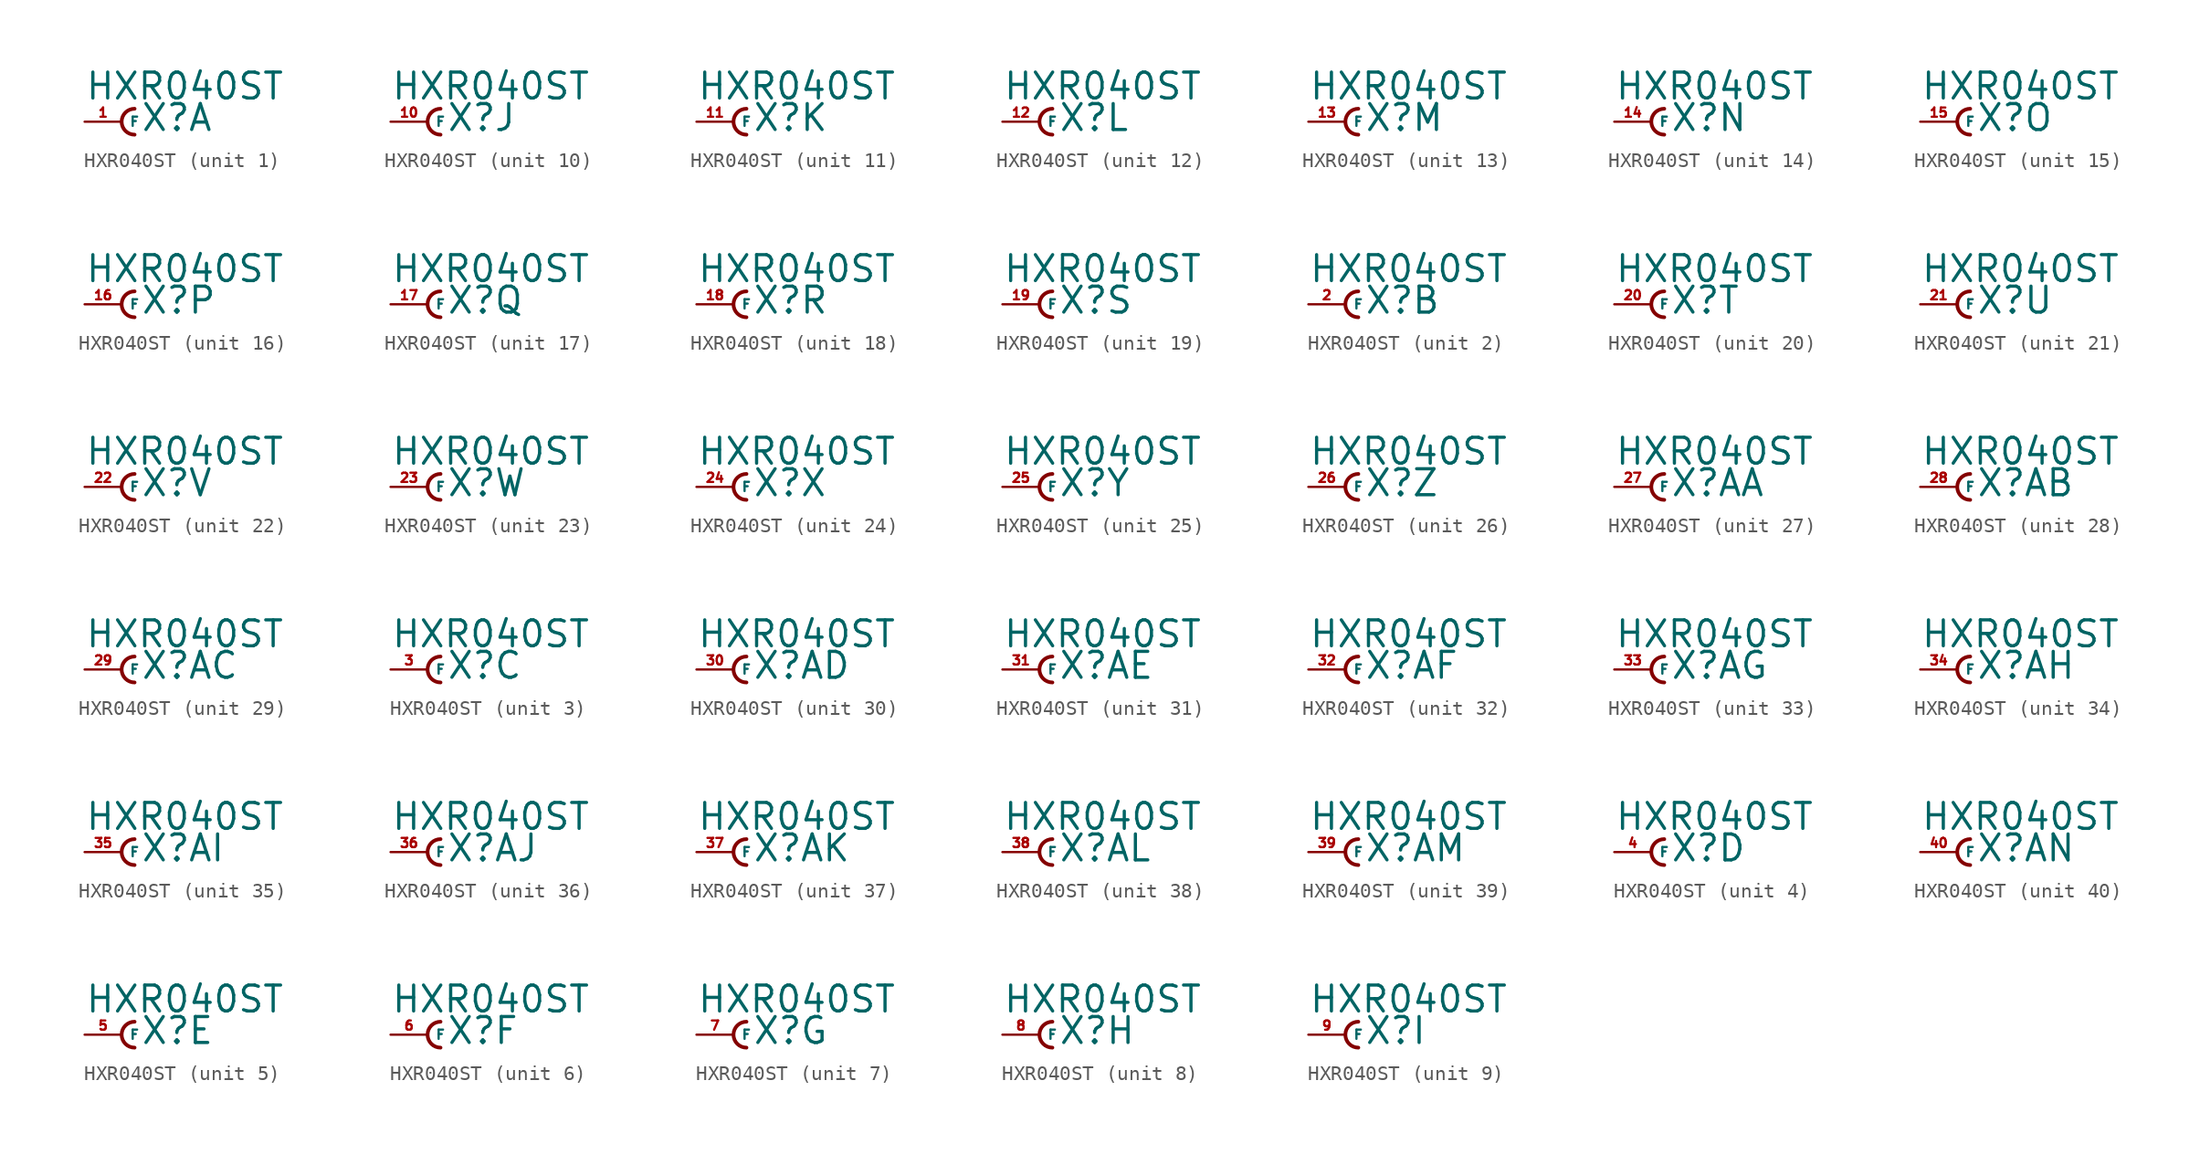
<source format=kicad_sym>
(kicad_symbol_lib
  (version 20220914)
  (generator Eagle2Kicad)
  (symbol "HXR040ST"
    (property "Reference" "X"
      (at 1.27 -0.762 0)
      (effects (font (size 1.778 1.778) (thickness 0.22)) (justify left bottom)))
    (property "Value" "HXR040ST"
      (at -2.54 1.397 0)
      (effects (font (size 1.778 1.778) (thickness 0.22)) (justify left bottom)))
    (symbol "HXR040ST_1_0"
      (arc (start 0.889 0.889) (mid 0.000 0.000) (end 0.889 -0.889) (stroke (width 0.254) (type default)) (fill (type none)))
      (pin passive line (at -2.54 0 0) (length 2.54) (name "F" (effects (font (size 0.635 0.635) (thickness 0.08)) (justify left bottom))) (number "1" (effects (font (size 0.635 0.635) (thickness 0.08)) (justify left bottom)))))
    (symbol "HXR040ST_2_0"
      (arc (start 0.889 0.889) (mid 0.000 0.000) (end 0.889 -0.889) (stroke (width 0.254) (type default)) (fill (type none)))
      (pin passive line (at -2.54 0 0) (length 2.54) (name "F" (effects (font (size 0.635 0.635) (thickness 0.08)) (justify left bottom))) (number "2" (effects (font (size 0.635 0.635) (thickness 0.08)) (justify left bottom)))))
    (symbol "HXR040ST_3_0"
      (arc (start 0.889 0.889) (mid 0.000 0.000) (end 0.889 -0.889) (stroke (width 0.254) (type default)) (fill (type none)))
      (pin passive line (at -2.54 0 0) (length 2.54) (name "F" (effects (font (size 0.635 0.635) (thickness 0.08)) (justify left bottom))) (number "3" (effects (font (size 0.635 0.635) (thickness 0.08)) (justify left bottom)))))
    (symbol "HXR040ST_4_0"
      (arc (start 0.889 0.889) (mid 0.000 0.000) (end 0.889 -0.889) (stroke (width 0.254) (type default)) (fill (type none)))
      (pin passive line (at -2.54 0 0) (length 2.54) (name "F" (effects (font (size 0.635 0.635) (thickness 0.08)) (justify left bottom))) (number "4" (effects (font (size 0.635 0.635) (thickness 0.08)) (justify left bottom)))))
    (symbol "HXR040ST_5_0"
      (arc (start 0.889 0.889) (mid 0.000 0.000) (end 0.889 -0.889) (stroke (width 0.254) (type default)) (fill (type none)))
      (pin passive line (at -2.54 0 0) (length 2.54) (name "F" (effects (font (size 0.635 0.635) (thickness 0.08)) (justify left bottom))) (number "5" (effects (font (size 0.635 0.635) (thickness 0.08)) (justify left bottom)))))
    (symbol "HXR040ST_6_0"
      (arc (start 0.889 0.889) (mid 0.000 0.000) (end 0.889 -0.889) (stroke (width 0.254) (type default)) (fill (type none)))
      (pin passive line (at -2.54 0 0) (length 2.54) (name "F" (effects (font (size 0.635 0.635) (thickness 0.08)) (justify left bottom))) (number "6" (effects (font (size 0.635 0.635) (thickness 0.08)) (justify left bottom)))))
    (symbol "HXR040ST_7_0"
      (arc (start 0.889 0.889) (mid 0.000 0.000) (end 0.889 -0.889) (stroke (width 0.254) (type default)) (fill (type none)))
      (pin passive line (at -2.54 0 0) (length 2.54) (name "F" (effects (font (size 0.635 0.635) (thickness 0.08)) (justify left bottom))) (number "7" (effects (font (size 0.635 0.635) (thickness 0.08)) (justify left bottom)))))
    (symbol "HXR040ST_8_0"
      (arc (start 0.889 0.889) (mid 0.000 0.000) (end 0.889 -0.889) (stroke (width 0.254) (type default)) (fill (type none)))
      (pin passive line (at -2.54 0 0) (length 2.54) (name "F" (effects (font (size 0.635 0.635) (thickness 0.08)) (justify left bottom))) (number "8" (effects (font (size 0.635 0.635) (thickness 0.08)) (justify left bottom)))))
    (symbol "HXR040ST_9_0"
      (arc (start 0.889 0.889) (mid 0.000 0.000) (end 0.889 -0.889) (stroke (width 0.254) (type default)) (fill (type none)))
      (pin passive line (at -2.54 0 0) (length 2.54) (name "F" (effects (font (size 0.635 0.635) (thickness 0.08)) (justify left bottom))) (number "9" (effects (font (size 0.635 0.635) (thickness 0.08)) (justify left bottom)))))
    (symbol "HXR040ST_10_0"
      (arc (start 0.889 0.889) (mid 0.000 0.000) (end 0.889 -0.889) (stroke (width 0.254) (type default)) (fill (type none)))
      (pin passive line (at -2.54 0 0) (length 2.54) (name "F" (effects (font (size 0.635 0.635) (thickness 0.08)) (justify left bottom))) (number "10" (effects (font (size 0.635 0.635) (thickness 0.08)) (justify left bottom)))))
    (symbol "HXR040ST_11_0"
      (arc (start 0.889 0.889) (mid 0.000 0.000) (end 0.889 -0.889) (stroke (width 0.254) (type default)) (fill (type none)))
      (pin passive line (at -2.54 0 0) (length 2.54) (name "F" (effects (font (size 0.635 0.635) (thickness 0.08)) (justify left bottom))) (number "11" (effects (font (size 0.635 0.635) (thickness 0.08)) (justify left bottom)))))
    (symbol "HXR040ST_12_0"
      (arc (start 0.889 0.889) (mid 0.000 0.000) (end 0.889 -0.889) (stroke (width 0.254) (type default)) (fill (type none)))
      (pin passive line (at -2.54 0 0) (length 2.54) (name "F" (effects (font (size 0.635 0.635) (thickness 0.08)) (justify left bottom))) (number "12" (effects (font (size 0.635 0.635) (thickness 0.08)) (justify left bottom)))))
    (symbol "HXR040ST_13_0"
      (arc (start 0.889 0.889) (mid 0.000 0.000) (end 0.889 -0.889) (stroke (width 0.254) (type default)) (fill (type none)))
      (pin passive line (at -2.54 0 0) (length 2.54) (name "F" (effects (font (size 0.635 0.635) (thickness 0.08)) (justify left bottom))) (number "13" (effects (font (size 0.635 0.635) (thickness 0.08)) (justify left bottom)))))
    (symbol "HXR040ST_14_0"
      (arc (start 0.889 0.889) (mid 0.000 0.000) (end 0.889 -0.889) (stroke (width 0.254) (type default)) (fill (type none)))
      (pin passive line (at -2.54 0 0) (length 2.54) (name "F" (effects (font (size 0.635 0.635) (thickness 0.08)) (justify left bottom))) (number "14" (effects (font (size 0.635 0.635) (thickness 0.08)) (justify left bottom)))))
    (symbol "HXR040ST_15_0"
      (arc (start 0.889 0.889) (mid 0.000 0.000) (end 0.889 -0.889) (stroke (width 0.254) (type default)) (fill (type none)))
      (pin passive line (at -2.54 0 0) (length 2.54) (name "F" (effects (font (size 0.635 0.635) (thickness 0.08)) (justify left bottom))) (number "15" (effects (font (size 0.635 0.635) (thickness 0.08)) (justify left bottom)))))
    (symbol "HXR040ST_16_0"
      (arc (start 0.889 0.889) (mid 0.000 0.000) (end 0.889 -0.889) (stroke (width 0.254) (type default)) (fill (type none)))
      (pin passive line (at -2.54 0 0) (length 2.54) (name "F" (effects (font (size 0.635 0.635) (thickness 0.08)) (justify left bottom))) (number "16" (effects (font (size 0.635 0.635) (thickness 0.08)) (justify left bottom)))))
    (symbol "HXR040ST_17_0"
      (arc (start 0.889 0.889) (mid 0.000 0.000) (end 0.889 -0.889) (stroke (width 0.254) (type default)) (fill (type none)))
      (pin passive line (at -2.54 0 0) (length 2.54) (name "F" (effects (font (size 0.635 0.635) (thickness 0.08)) (justify left bottom))) (number "17" (effects (font (size 0.635 0.635) (thickness 0.08)) (justify left bottom)))))
    (symbol "HXR040ST_18_0"
      (arc (start 0.889 0.889) (mid 0.000 0.000) (end 0.889 -0.889) (stroke (width 0.254) (type default)) (fill (type none)))
      (pin passive line (at -2.54 0 0) (length 2.54) (name "F" (effects (font (size 0.635 0.635) (thickness 0.08)) (justify left bottom))) (number "18" (effects (font (size 0.635 0.635) (thickness 0.08)) (justify left bottom)))))
    (symbol "HXR040ST_19_0"
      (arc (start 0.889 0.889) (mid 0.000 0.000) (end 0.889 -0.889) (stroke (width 0.254) (type default)) (fill (type none)))
      (pin passive line (at -2.54 0 0) (length 2.54) (name "F" (effects (font (size 0.635 0.635) (thickness 0.08)) (justify left bottom))) (number "19" (effects (font (size 0.635 0.635) (thickness 0.08)) (justify left bottom)))))
    (symbol "HXR040ST_20_0"
      (arc (start 0.889 0.889) (mid 0.000 0.000) (end 0.889 -0.889) (stroke (width 0.254) (type default)) (fill (type none)))
      (pin passive line (at -2.54 0 0) (length 2.54) (name "F" (effects (font (size 0.635 0.635) (thickness 0.08)) (justify left bottom))) (number "20" (effects (font (size 0.635 0.635) (thickness 0.08)) (justify left bottom)))))
    (symbol "HXR040ST_21_0"
      (arc (start 0.889 0.889) (mid 0.000 0.000) (end 0.889 -0.889) (stroke (width 0.254) (type default)) (fill (type none)))
      (pin passive line (at -2.54 0 0) (length 2.54) (name "F" (effects (font (size 0.635 0.635) (thickness 0.08)) (justify left bottom))) (number "21" (effects (font (size 0.635 0.635) (thickness 0.08)) (justify left bottom)))))
    (symbol "HXR040ST_22_0"
      (arc (start 0.889 0.889) (mid 0.000 0.000) (end 0.889 -0.889) (stroke (width 0.254) (type default)) (fill (type none)))
      (pin passive line (at -2.54 0 0) (length 2.54) (name "F" (effects (font (size 0.635 0.635) (thickness 0.08)) (justify left bottom))) (number "22" (effects (font (size 0.635 0.635) (thickness 0.08)) (justify left bottom)))))
    (symbol "HXR040ST_23_0"
      (arc (start 0.889 0.889) (mid 0.000 0.000) (end 0.889 -0.889) (stroke (width 0.254) (type default)) (fill (type none)))
      (pin passive line (at -2.54 0 0) (length 2.54) (name "F" (effects (font (size 0.635 0.635) (thickness 0.08)) (justify left bottom))) (number "23" (effects (font (size 0.635 0.635) (thickness 0.08)) (justify left bottom)))))
    (symbol "HXR040ST_24_0"
      (arc (start 0.889 0.889) (mid 0.000 0.000) (end 0.889 -0.889) (stroke (width 0.254) (type default)) (fill (type none)))
      (pin passive line (at -2.54 0 0) (length 2.54) (name "F" (effects (font (size 0.635 0.635) (thickness 0.08)) (justify left bottom))) (number "24" (effects (font (size 0.635 0.635) (thickness 0.08)) (justify left bottom)))))
    (symbol "HXR040ST_25_0"
      (arc (start 0.889 0.889) (mid 0.000 0.000) (end 0.889 -0.889) (stroke (width 0.254) (type default)) (fill (type none)))
      (pin passive line (at -2.54 0 0) (length 2.54) (name "F" (effects (font (size 0.635 0.635) (thickness 0.08)) (justify left bottom))) (number "25" (effects (font (size 0.635 0.635) (thickness 0.08)) (justify left bottom)))))
    (symbol "HXR040ST_26_0"
      (arc (start 0.889 0.889) (mid 0.000 0.000) (end 0.889 -0.889) (stroke (width 0.254) (type default)) (fill (type none)))
      (pin passive line (at -2.54 0 0) (length 2.54) (name "F" (effects (font (size 0.635 0.635) (thickness 0.08)) (justify left bottom))) (number "26" (effects (font (size 0.635 0.635) (thickness 0.08)) (justify left bottom)))))
    (symbol "HXR040ST_27_0"
      (arc (start 0.889 0.889) (mid 0.000 0.000) (end 0.889 -0.889) (stroke (width 0.254) (type default)) (fill (type none)))
      (pin passive line (at -2.54 0 0) (length 2.54) (name "F" (effects (font (size 0.635 0.635) (thickness 0.08)) (justify left bottom))) (number "27" (effects (font (size 0.635 0.635) (thickness 0.08)) (justify left bottom)))))
    (symbol "HXR040ST_28_0"
      (arc (start 0.889 0.889) (mid 0.000 0.000) (end 0.889 -0.889) (stroke (width 0.254) (type default)) (fill (type none)))
      (pin passive line (at -2.54 0 0) (length 2.54) (name "F" (effects (font (size 0.635 0.635) (thickness 0.08)) (justify left bottom))) (number "28" (effects (font (size 0.635 0.635) (thickness 0.08)) (justify left bottom)))))
    (symbol "HXR040ST_29_0"
      (arc (start 0.889 0.889) (mid 0.000 0.000) (end 0.889 -0.889) (stroke (width 0.254) (type default)) (fill (type none)))
      (pin passive line (at -2.54 0 0) (length 2.54) (name "F" (effects (font (size 0.635 0.635) (thickness 0.08)) (justify left bottom))) (number "29" (effects (font (size 0.635 0.635) (thickness 0.08)) (justify left bottom)))))
    (symbol "HXR040ST_30_0"
      (arc (start 0.889 0.889) (mid 0.000 0.000) (end 0.889 -0.889) (stroke (width 0.254) (type default)) (fill (type none)))
      (pin passive line (at -2.54 0 0) (length 2.54) (name "F" (effects (font (size 0.635 0.635) (thickness 0.08)) (justify left bottom))) (number "30" (effects (font (size 0.635 0.635) (thickness 0.08)) (justify left bottom)))))
    (symbol "HXR040ST_31_0"
      (arc (start 0.889 0.889) (mid 0.000 0.000) (end 0.889 -0.889) (stroke (width 0.254) (type default)) (fill (type none)))
      (pin passive line (at -2.54 0 0) (length 2.54) (name "F" (effects (font (size 0.635 0.635) (thickness 0.08)) (justify left bottom))) (number "31" (effects (font (size 0.635 0.635) (thickness 0.08)) (justify left bottom)))))
    (symbol "HXR040ST_32_0"
      (arc (start 0.889 0.889) (mid 0.000 0.000) (end 0.889 -0.889) (stroke (width 0.254) (type default)) (fill (type none)))
      (pin passive line (at -2.54 0 0) (length 2.54) (name "F" (effects (font (size 0.635 0.635) (thickness 0.08)) (justify left bottom))) (number "32" (effects (font (size 0.635 0.635) (thickness 0.08)) (justify left bottom)))))
    (symbol "HXR040ST_33_0"
      (arc (start 0.889 0.889) (mid 0.000 0.000) (end 0.889 -0.889) (stroke (width 0.254) (type default)) (fill (type none)))
      (pin passive line (at -2.54 0 0) (length 2.54) (name "F" (effects (font (size 0.635 0.635) (thickness 0.08)) (justify left bottom))) (number "33" (effects (font (size 0.635 0.635) (thickness 0.08)) (justify left bottom)))))
    (symbol "HXR040ST_34_0"
      (arc (start 0.889 0.889) (mid 0.000 0.000) (end 0.889 -0.889) (stroke (width 0.254) (type default)) (fill (type none)))
      (pin passive line (at -2.54 0 0) (length 2.54) (name "F" (effects (font (size 0.635 0.635) (thickness 0.08)) (justify left bottom))) (number "34" (effects (font (size 0.635 0.635) (thickness 0.08)) (justify left bottom)))))
    (symbol "HXR040ST_35_0"
      (arc (start 0.889 0.889) (mid 0.000 0.000) (end 0.889 -0.889) (stroke (width 0.254) (type default)) (fill (type none)))
      (pin passive line (at -2.54 0 0) (length 2.54) (name "F" (effects (font (size 0.635 0.635) (thickness 0.08)) (justify left bottom))) (number "35" (effects (font (size 0.635 0.635) (thickness 0.08)) (justify left bottom)))))
    (symbol "HXR040ST_36_0"
      (arc (start 0.889 0.889) (mid 0.000 0.000) (end 0.889 -0.889) (stroke (width 0.254) (type default)) (fill (type none)))
      (pin passive line (at -2.54 0 0) (length 2.54) (name "F" (effects (font (size 0.635 0.635) (thickness 0.08)) (justify left bottom))) (number "36" (effects (font (size 0.635 0.635) (thickness 0.08)) (justify left bottom)))))
    (symbol "HXR040ST_37_0"
      (arc (start 0.889 0.889) (mid 0.000 0.000) (end 0.889 -0.889) (stroke (width 0.254) (type default)) (fill (type none)))
      (pin passive line (at -2.54 0 0) (length 2.54) (name "F" (effects (font (size 0.635 0.635) (thickness 0.08)) (justify left bottom))) (number "37" (effects (font (size 0.635 0.635) (thickness 0.08)) (justify left bottom)))))
    (symbol "HXR040ST_38_0"
      (arc (start 0.889 0.889) (mid 0.000 0.000) (end 0.889 -0.889) (stroke (width 0.254) (type default)) (fill (type none)))
      (pin passive line (at -2.54 0 0) (length 2.54) (name "F" (effects (font (size 0.635 0.635) (thickness 0.08)) (justify left bottom))) (number "38" (effects (font (size 0.635 0.635) (thickness 0.08)) (justify left bottom)))))
    (symbol "HXR040ST_39_0"
      (arc (start 0.889 0.889) (mid 0.000 0.000) (end 0.889 -0.889) (stroke (width 0.254) (type default)) (fill (type none)))
      (pin passive line (at -2.54 0 0) (length 2.54) (name "F" (effects (font (size 0.635 0.635) (thickness 0.08)) (justify left bottom))) (number "39" (effects (font (size 0.635 0.635) (thickness 0.08)) (justify left bottom)))))
    (symbol "HXR040ST_40_0"
      (arc (start 0.889 0.889) (mid 0.000 0.000) (end 0.889 -0.889) (stroke (width 0.254) (type default)) (fill (type none)))
      (pin passive line (at -2.54 0 0) (length 2.54) (name "F" (effects (font (size 0.635 0.635) (thickness 0.08)) (justify left bottom))) (number "40" (effects (font (size 0.635 0.635) (thickness 0.08)) (justify left bottom)))))))
</source>
